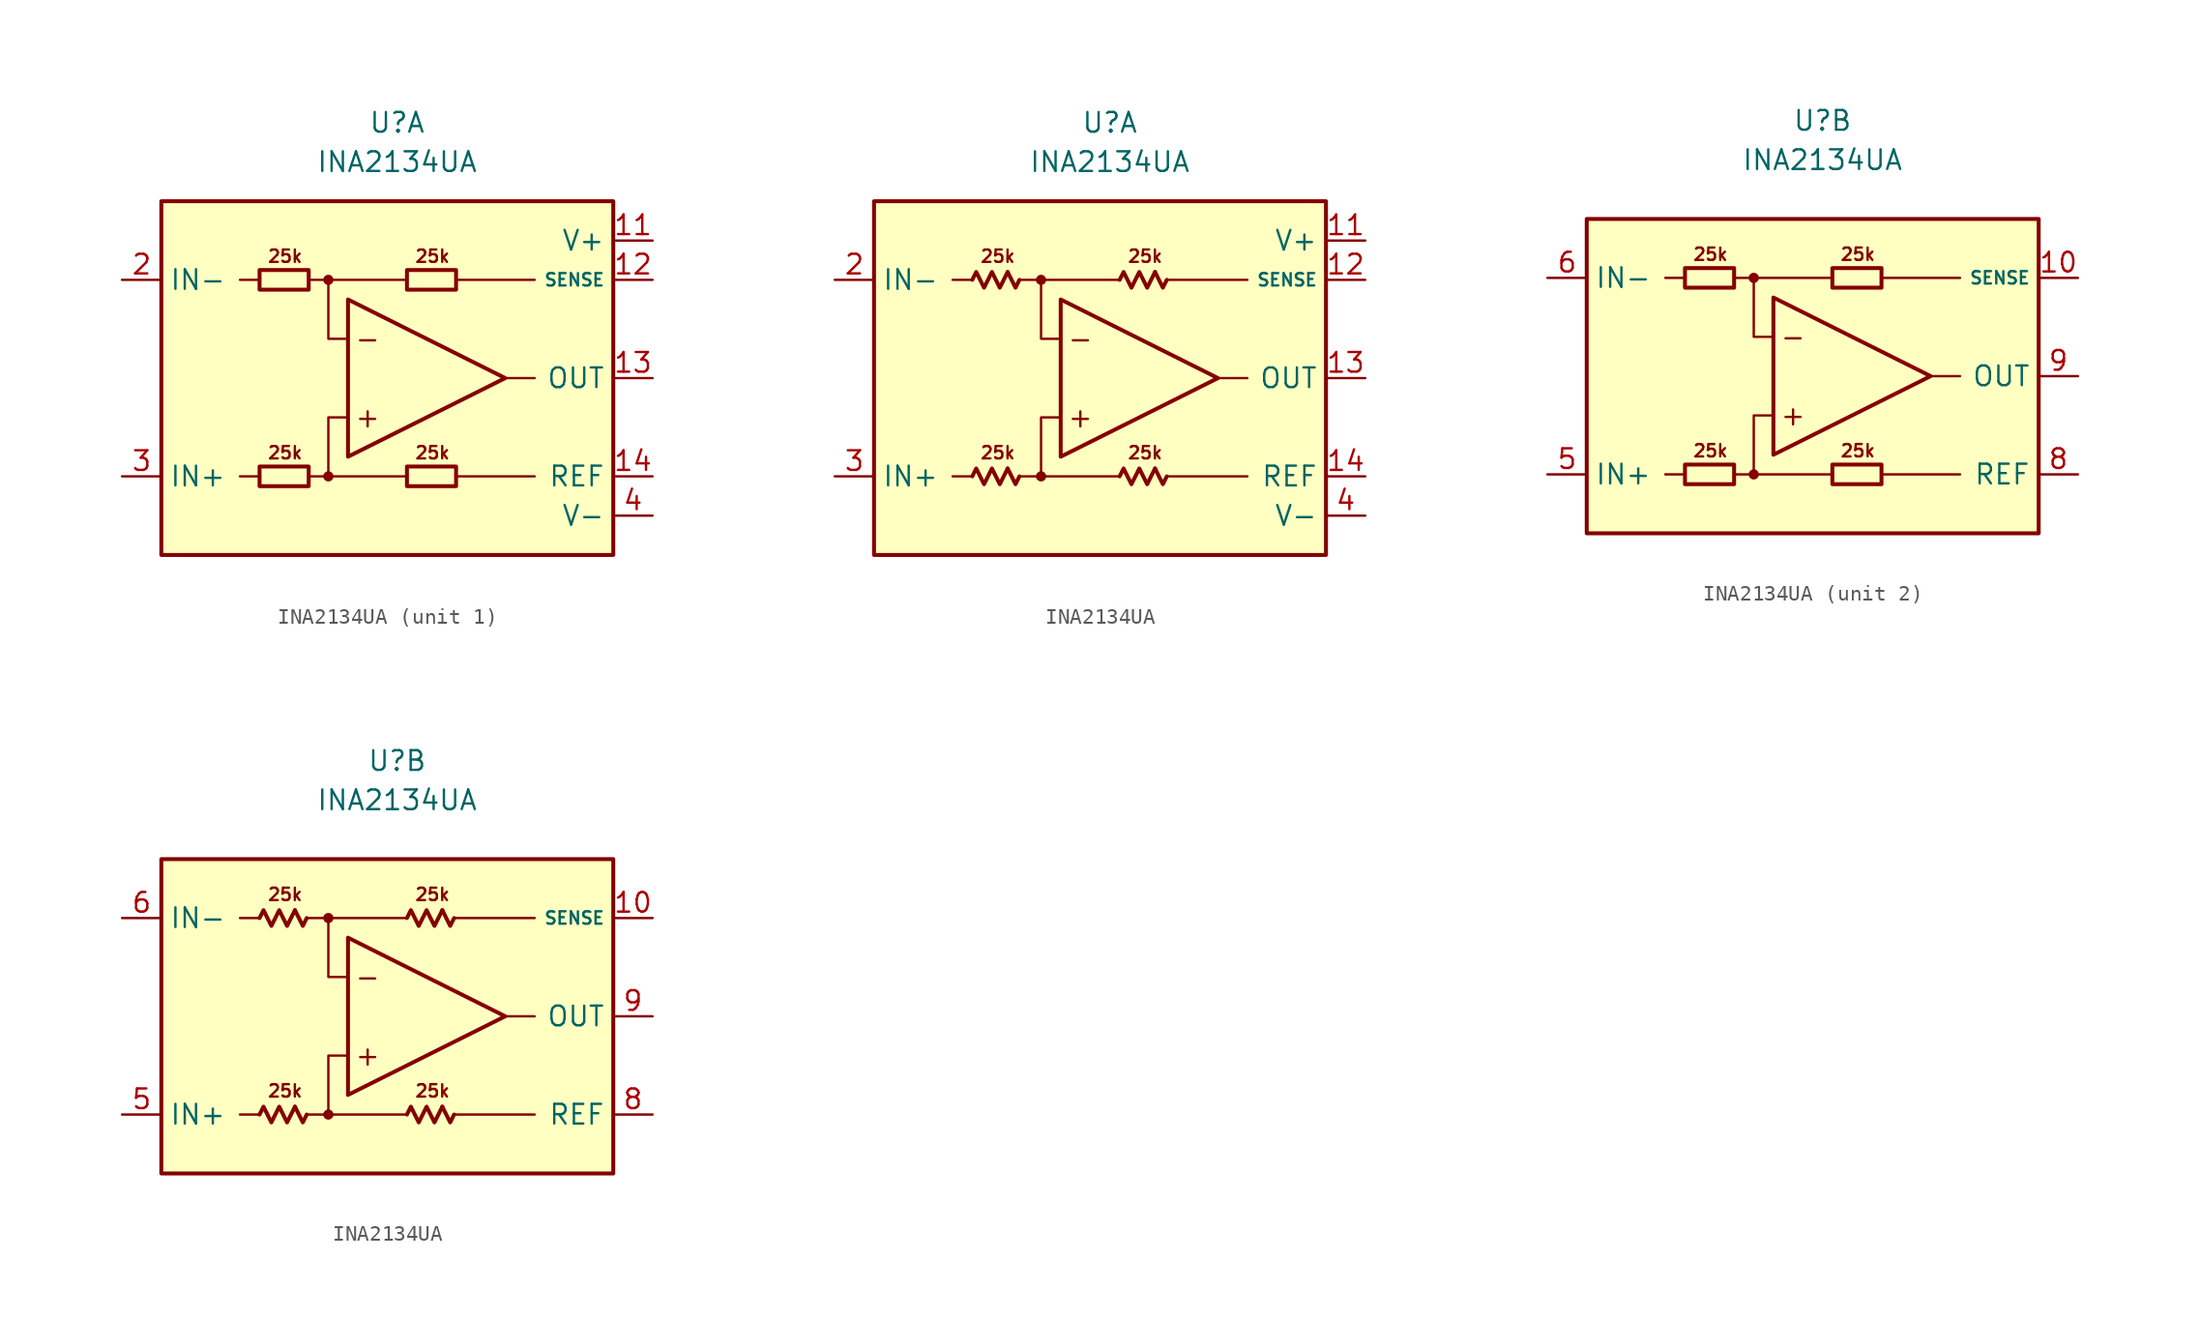
<source format=kicad_sym>
(kicad_symbol_lib
  (version 20231120)
  (generator "kicad_symbol_editor")
  (generator_version "8.0")
  (symbol "INA2134UA"
    (property "Reference" "U"
      (at 0 16.51 0)
      (effects (font (size 1.27 1.27))))
    (property "Value" "INA2134UA"
      (at 0 13.97 0)
      (effects (font (size 1.27 1.27))))
    (property "ki_locked" ""
      (at 0 0 0)
      (effects (font (size 1.27 1.27))))
    (symbol "INA2134UA_0_0"
      (circle (center -4.445 -6.35) (radius 0.254) (stroke (width 0.152) (type default)) (fill (type outline)))
      (circle (center -4.445 6.35) (radius 0.254) (stroke (width 0.152) (type default)) (fill (type outline)))
      (polyline (pts (xy -8.89 -6.35) (xy -10.16 -6.35)) (stroke (width 0.152) (type default)) (fill (type none)))
      (polyline (pts (xy -8.89 6.35) (xy -10.16 6.35)) (stroke (width 0.152) (type default)) (fill (type none)))
      (polyline (pts (xy -4.445 6.35) (xy 0.635 6.35)) (stroke (width 0.152) (type default)) (fill (type none)))
      (polyline (pts (xy 0.635 -6.35) (xy -4.445 -6.35)) (stroke (width 0.152) (type default)) (fill (type none)))
      (polyline (pts (xy 3.81 -6.35) (xy 8.89 -6.35)) (stroke (width 0.152) (type default)) (fill (type none)))
      (polyline (pts (xy 3.81 6.35) (xy 8.89 6.35)) (stroke (width 0.152) (type default)) (fill (type none)))
      (polyline (pts (xy 8.89 0) (xy 6.985 0)) (stroke (width 0.152) (type default)) (fill (type none)))
      (polyline (pts (xy -5.715 -6.35) (xy -4.445 -6.35) (xy -4.445 -2.54) (xy -3.175 -2.54)) (stroke (width 0.152) (type default)) (fill (type none)))
      (polyline (pts (xy -3.175 2.54) (xy -4.445 2.54) (xy -4.445 6.35) (xy -5.715 6.35)) (stroke (width 0.152) (type default)) (fill (type none)))
      (polyline (pts (xy -3.175 5.08) (xy -3.175 -5.08) (xy 6.985 0) (xy -3.175 5.08)) (stroke (width 0.254) (type default)) (fill (type none)))
      (text "+" (at -1.905 -2.54 0) (effects (font (size 1.27 1.27))))
      (text "-" (at -1.905 2.54 0) (effects (font (size 1.27 1.27))))
      (text "25k" (at -7.239 -4.826 0) (effects (font (size 0.8 0.8))))
      (text "25k" (at -7.239 7.874 0) (effects (font (size 0.8 0.8))))
      (text "25k" (at 2.286 -4.826 0) (effects (font (size 0.8 0.8))))
      (text "25k" (at 2.286 7.874 0) (effects (font (size 0.8 0.8)))))
    (symbol "INA2134UA_0_1"
      (rectangle (start -8.89 -5.715) (end -5.715 -6.985) (stroke (width 0.254) (type default)) (fill (type none)))
      (rectangle (start -8.89 6.985) (end -5.715 5.715) (stroke (width 0.254) (type default)) (fill (type none)))
      (rectangle (start 0.635 -5.715) (end 3.81 -6.985) (stroke (width 0.254) (type default)) (fill (type none)))
      (rectangle (start 0.635 6.985) (end 3.81 5.715) (stroke (width 0.254) (type default)) (fill (type none))))
    (symbol "INA2134UA_0_2"
      (polyline (pts (xy -6.604 -5.842) (xy -6.096 -6.858) (xy -5.842 -6.35)) (stroke (width 0.254) (type default)) (fill (type none)))
      (polyline (pts (xy -6.604 6.858) (xy -6.096 5.842) (xy -5.842 6.35)) (stroke (width 0.254) (type default)) (fill (type none)))
      (polyline (pts (xy 2.921 -5.842) (xy 3.429 -6.858) (xy 3.683 -6.35)) (stroke (width 0.254) (type default)) (fill (type none)))
      (polyline (pts (xy 2.921 6.858) (xy 3.429 5.842) (xy 3.683 6.35)) (stroke (width 0.254) (type default)) (fill (type none)))
      (polyline (pts (xy -8.89 -6.35) (xy -8.636 -5.842) (xy -8.128 -6.858) (xy -7.62 -5.842) (xy -7.112 -6.858) (xy -6.604 -5.842)) (stroke (width 0.254) (type default)) (fill (type none)))
      (polyline (pts (xy -8.89 6.35) (xy -8.636 6.858) (xy -8.128 5.842) (xy -7.62 6.858) (xy -7.112 5.842) (xy -6.604 6.858)) (stroke (width 0.254) (type default)) (fill (type none)))
      (polyline (pts (xy 0.635 -6.35) (xy 0.889 -5.842) (xy 1.397 -6.858) (xy 1.905 -5.842) (xy 2.413 -6.858) (xy 2.921 -5.842)) (stroke (width 0.254) (type default)) (fill (type none)))
      (polyline (pts (xy 0.635 6.35) (xy 0.889 6.858) (xy 1.397 5.842) (xy 1.905 6.858) (xy 2.413 5.842) (xy 2.921 6.858)) (stroke (width 0.254) (type default)) (fill (type none))))
    (symbol "INA2134UA_1_0"
      (rectangle (start -15.24 11.43) (end 13.97 -11.43) (stroke (width 0.254) (type default)) (fill (type background))))
    (symbol "INA2134UA_1_1"
      (pin free line (at -10.16 1.27 0) (length 2.54) hide (name "NC" (effects (font (size 1.27 1.27)))) (number "1" (effects (font (size 1.27 1.27)))))
      (pin power_in line (at 16.51 8.89 180) (length 2.54) (name "V+" (effects (font (size 1.27 1.27)))) (number "11" (effects (font (size 1.27 1.27)))))
      (pin input line (at 16.51 6.35 180) (length 2.54) (name "SENSE" (effects (font (size 0.8 0.8)))) (number "12" (effects (font (size 1.27 1.27)))))
      (pin output line (at 16.51 0 180) (length 2.54) (name "OUT" (effects (font (size 1.27 1.27)))) (number "13" (effects (font (size 1.27 1.27)))))
      (pin input line (at 16.51 -6.35 180) (length 2.54) (name "REF" (effects (font (size 1.27 1.27)))) (number "14" (effects (font (size 1.27 1.27)))))
      (pin input line (at -17.78 6.35 0) (length 2.54) (name "IN-" (effects (font (size 1.27 1.27)))) (number "2" (effects (font (size 1.27 1.27)))))
      (pin input line (at -17.78 -6.35 0) (length 2.54) (name "IN+" (effects (font (size 1.27 1.27)))) (number "3" (effects (font (size 1.27 1.27)))))
      (pin power_in line (at 16.51 -8.89 180) (length 2.54) (name "V-" (effects (font (size 1.27 1.27)))) (number "4" (effects (font (size 1.27 1.27)))))
      (pin free line (at -10.16 -1.27 0) (length 2.54) hide (name "NC" (effects (font (size 1.27 1.27)))) (number "7" (effects (font (size 1.27 1.27))))))
    (symbol "INA2134UA_1_2"
      (pin free line (at -10.16 1.27 0) (length 2.54) hide (name "NC" (effects (font (size 1.27 1.27)))) (number "1" (effects (font (size 1.27 1.27)))))
      (pin power_in line (at 16.51 8.89 180) (length 2.54) (name "V+" (effects (font (size 1.27 1.27)))) (number "11" (effects (font (size 1.27 1.27)))))
      (pin input line (at 16.51 6.35 180) (length 2.54) (name "SENSE" (effects (font (size 0.8 0.8)))) (number "12" (effects (font (size 1.27 1.27)))))
      (pin output line (at 16.51 0 180) (length 2.54) (name "OUT" (effects (font (size 1.27 1.27)))) (number "13" (effects (font (size 1.27 1.27)))))
      (pin input line (at 16.51 -6.35 180) (length 2.54) (name "REF" (effects (font (size 1.27 1.27)))) (number "14" (effects (font (size 1.27 1.27)))))
      (pin input line (at -17.78 6.35 0) (length 2.54) (name "IN-" (effects (font (size 1.27 1.27)))) (number "2" (effects (font (size 1.27 1.27)))))
      (pin input line (at -17.78 -6.35 0) (length 2.54) (name "IN+" (effects (font (size 1.27 1.27)))) (number "3" (effects (font (size 1.27 1.27)))))
      (pin power_in line (at 16.51 -8.89 180) (length 2.54) (name "V-" (effects (font (size 1.27 1.27)))) (number "4" (effects (font (size 1.27 1.27)))))
      (pin free line (at -10.16 -1.27 0) (length 2.54) hide (name "NC" (effects (font (size 1.27 1.27)))) (number "7" (effects (font (size 1.27 1.27))))))
    (symbol "INA2134UA_2_0"
      (rectangle (start -15.24 10.16) (end 13.97 -10.16) (stroke (width 0.254) (type default)) (fill (type background))))
    (symbol "INA2134UA_2_1"
      (pin input line (at 16.51 6.35 180) (length 2.54) (name "SENSE" (effects (font (size 0.8 0.8)))) (number "10" (effects (font (size 1.27 1.27)))))
      (pin input line (at -17.78 -6.35 0) (length 2.54) (name "IN+" (effects (font (size 1.27 1.27)))) (number "5" (effects (font (size 1.27 1.27)))))
      (pin input line (at -17.78 6.35 0) (length 2.54) (name "IN-" (effects (font (size 1.27 1.27)))) (number "6" (effects (font (size 1.27 1.27)))))
      (pin input line (at 16.51 -6.35 180) (length 2.54) (name "REF" (effects (font (size 1.27 1.27)))) (number "8" (effects (font (size 1.27 1.27)))))
      (pin output line (at 16.51 0 180) (length 2.54) (name "OUT" (effects (font (size 1.27 1.27)))) (number "9" (effects (font (size 1.27 1.27))))))
    (symbol "INA2134UA_2_2"
      (pin input line (at 16.51 6.35 180) (length 2.54) (name "SENSE" (effects (font (size 0.8 0.8)))) (number "10" (effects (font (size 1.27 1.27)))))
      (pin input line (at -17.78 -6.35 0) (length 2.54) (name "IN+" (effects (font (size 1.27 1.27)))) (number "5" (effects (font (size 1.27 1.27)))))
      (pin input line (at -17.78 6.35 0) (length 2.54) (name "IN-" (effects (font (size 1.27 1.27)))) (number "6" (effects (font (size 1.27 1.27)))))
      (pin input line (at 16.51 -6.35 180) (length 2.54) (name "REF" (effects (font (size 1.27 1.27)))) (number "8" (effects (font (size 1.27 1.27)))))
      (pin output line (at 16.51 0 180) (length 2.54) (name "OUT" (effects (font (size 1.27 1.27)))) (number "9" (effects (font (size 1.27 1.27))))))))
</source>
